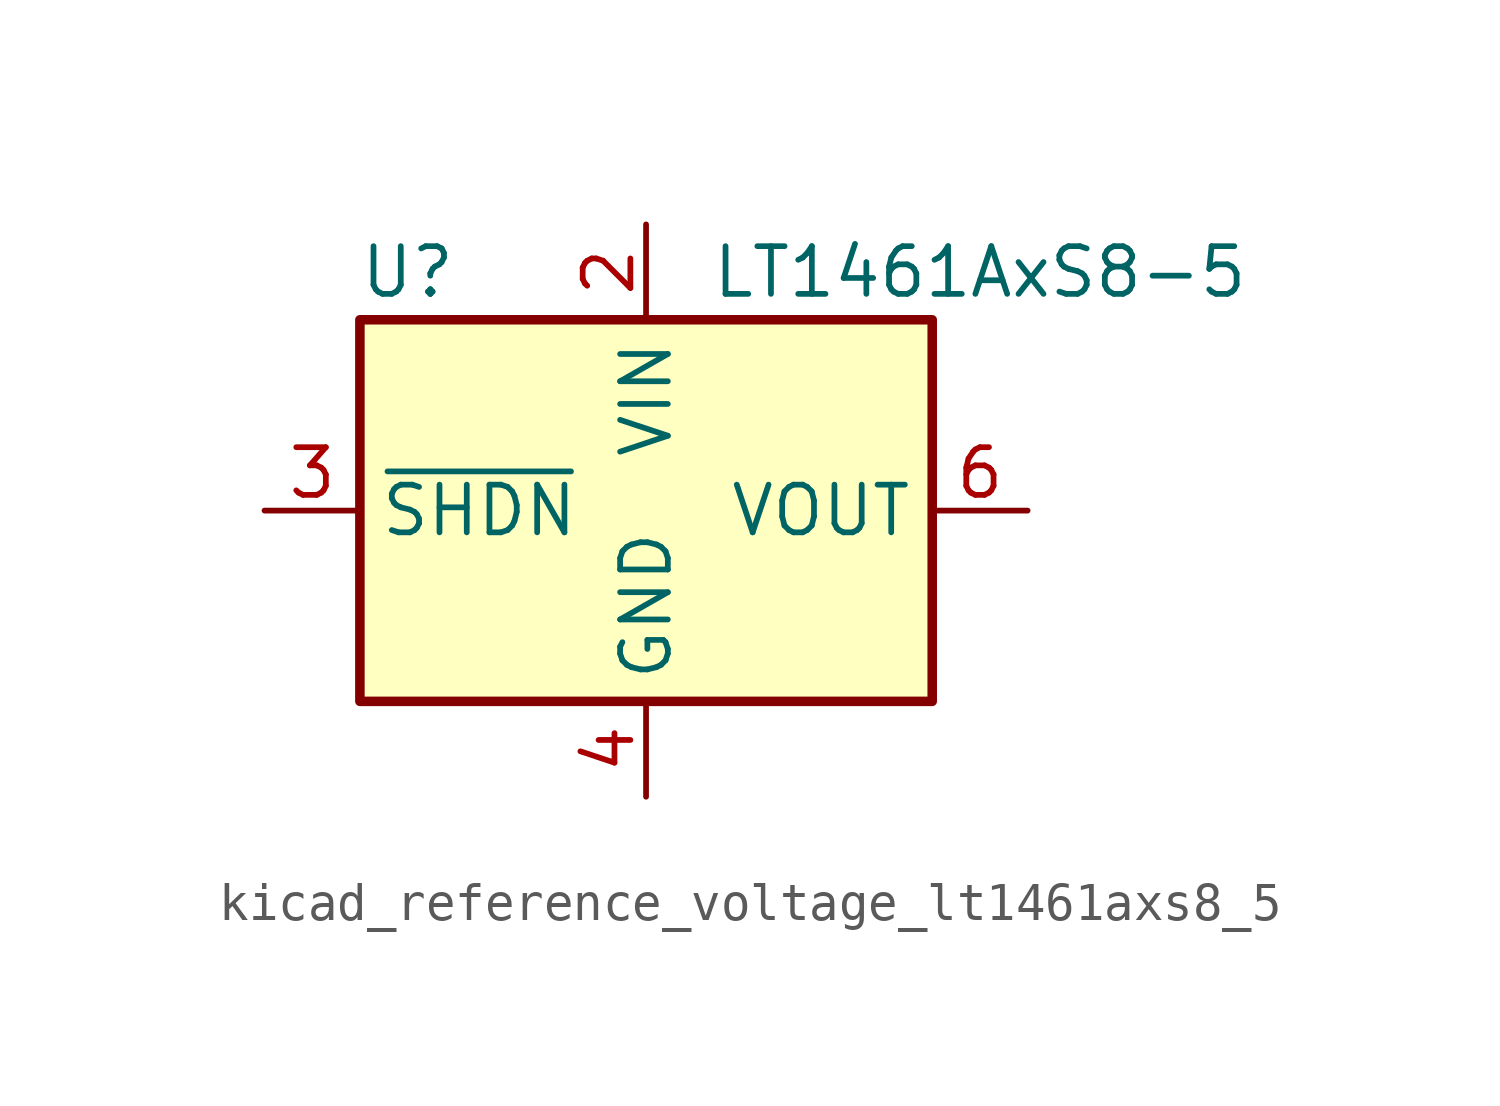
<source format=kicad_sym>
(kicad_symbol_lib
  (version 20220914)
  (generator kicad_symbol_editor)
  (symbol "kicad_reference_voltage_lt1461axs8_5"
    (property "Reference" "U"
      (at -6.35 6.35 0)
      (effects (font (size 1.27 1.27))))
    (property "Value" "LT1461AxS8-5"
      (at 8.89 6.35 0)
      (effects (font (size 1.27 1.27))))
    (symbol "kicad_reference_voltage_lt1461axs8_5_1_1"
      (rectangle (start -7.62 5.08) (end 7.62 -5.08) (stroke (width 0.254) (type default)) (fill (type background)))
      (pin no_connect line (at 7.62 -2.54 180) (length 2.54) hide (name "DNC" (effects (font (size 1.27 1.27)))) (number "1" (effects (font (size 1.27 1.27)))))
      (pin power_in line (at 0 7.62 270) (length 2.54) (name "VIN" (effects (font (size 1.27 1.27)))) (number "2" (effects (font (size 1.27 1.27)))))
      (pin input line (at -10.16 0 0) (length 2.54) (name "~{SHDN}" (effects (font (size 1.27 1.27)))) (number "3" (effects (font (size 1.27 1.27)))))
      (pin power_in line (at 0 -7.62 90) (length 2.54) (name "GND" (effects (font (size 1.27 1.27)))) (number "4" (effects (font (size 1.27 1.27)))))
      (pin no_connect line (at -7.62 -2.54 0) (length 2.54) hide (name "DNC" (effects (font (size 1.27 1.27)))) (number "5" (effects (font (size 1.27 1.27)))))
      (pin power_out line (at 10.16 0 180) (length 2.54) (name "VOUT" (effects (font (size 1.27 1.27)))) (number "6" (effects (font (size 1.27 1.27)))))
      (pin no_connect line (at -7.62 2.54 0) (length 2.54) hide (name "DNC" (effects (font (size 1.27 1.27)))) (number "7" (effects (font (size 1.27 1.27)))))
      (pin no_connect line (at 7.62 2.54 180) (length 2.54) hide (name "DNC" (effects (font (size 1.27 1.27)))) (number "8" (effects (font (size 1.27 1.27))))))))
</source>
